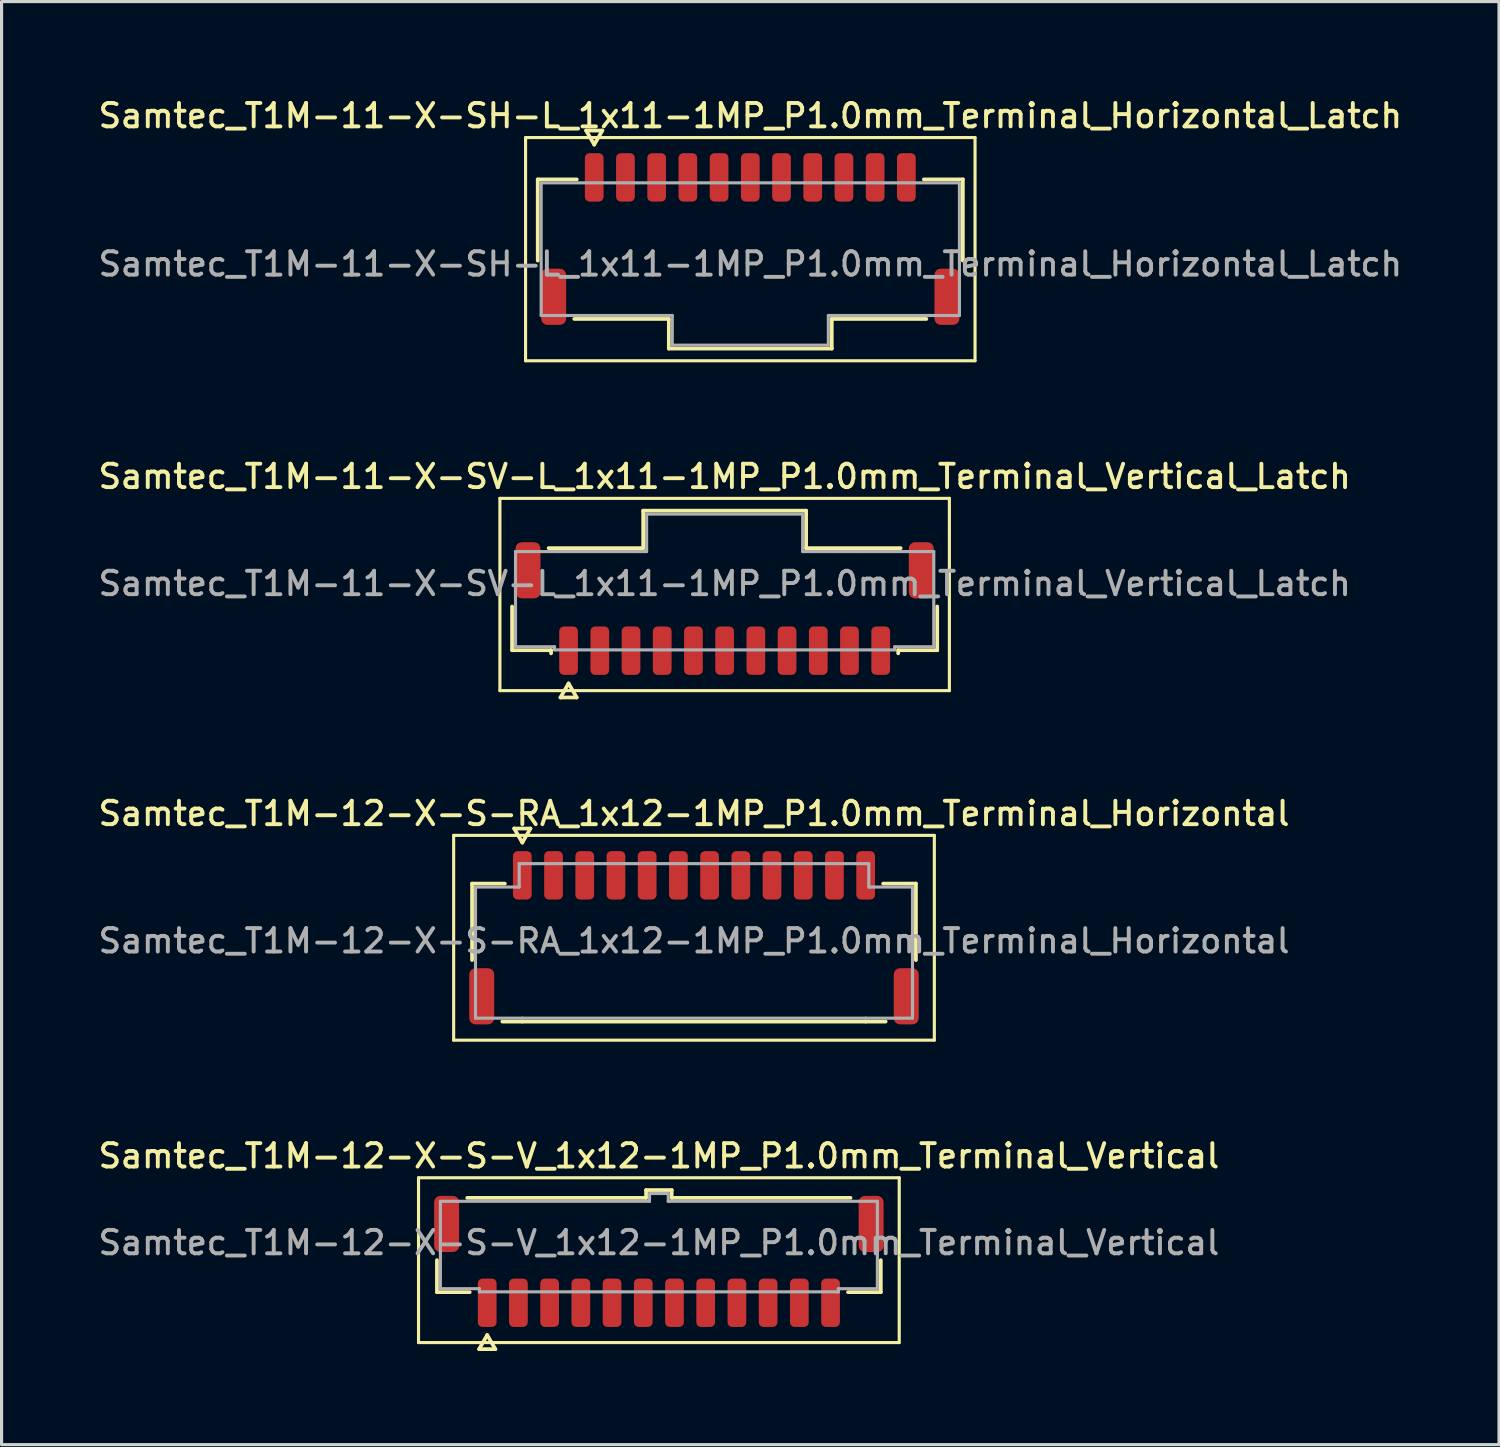
<source format=kicad_pcb>
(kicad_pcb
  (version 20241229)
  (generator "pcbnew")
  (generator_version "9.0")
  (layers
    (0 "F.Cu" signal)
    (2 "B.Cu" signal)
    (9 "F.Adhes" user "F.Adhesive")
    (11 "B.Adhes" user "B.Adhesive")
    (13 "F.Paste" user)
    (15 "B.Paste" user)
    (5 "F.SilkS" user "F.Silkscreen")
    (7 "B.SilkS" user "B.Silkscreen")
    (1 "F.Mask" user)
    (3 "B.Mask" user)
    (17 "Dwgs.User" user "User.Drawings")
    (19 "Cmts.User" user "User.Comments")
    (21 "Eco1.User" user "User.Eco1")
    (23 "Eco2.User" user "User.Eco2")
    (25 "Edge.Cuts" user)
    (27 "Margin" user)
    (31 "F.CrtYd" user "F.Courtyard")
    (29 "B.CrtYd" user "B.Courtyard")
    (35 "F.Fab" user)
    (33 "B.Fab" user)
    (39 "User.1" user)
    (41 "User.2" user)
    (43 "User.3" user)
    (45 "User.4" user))
  (footprint "Samtec_T1M-11-X-SV-L_1x11-1MP_P1.0mm_Terminal_Vertical_Latch"
    (layer "F.Cu")
    (at 20.166 15.646)
    (property "Reference" "Samtec_T1M-11-X-SV-L_1x11-1MP_P1.0mm_Terminal_Vertical_Latch" (at 0 -3.43 0) (layer "F.SilkS") (effects (font (size 0.75 0.75) (thickness 0.125))))
    (attr smd)
    (fp_line (start -7.2 -2.73) (end -7.2 3.43) (stroke (width 0.1) (type solid)) (layer "F.SilkS"))
    (fp_line (start -7.2 3.43) (end 7.2 3.43) (stroke (width 0.1) (type solid)) (layer "F.SilkS"))
    (fp_line (start -6.81 2.135) (end -6.81 0.735) (stroke (width 0.12) (type solid)) (layer "F.SilkS"))
    (fp_line (start -5.64 -1.135) (end -2.61 -1.135) (stroke (width 0.12) (type solid)) (layer "F.SilkS"))
    (fp_line (start -5.56 2.135) (end -6.81 2.135) (stroke (width 0.12) (type solid)) (layer "F.SilkS"))
    (fp_line (start -5.56 2.235) (end -5.56 2.135) (stroke (width 0.12) (type solid)) (layer "F.SilkS"))
    (fp_line (start -5.26 3.65) (end -5 3.2) (stroke (width 0.12) (type solid)) (layer "F.SilkS"))
    (fp_line (start -5 3.2) (end -4.74 3.65) (stroke (width 0.12) (type solid)) (layer "F.SilkS"))
    (fp_line (start -4.74 3.65) (end -5.26 3.65) (stroke (width 0.12) (type solid)) (layer "F.SilkS"))
    (fp_line (start -2.61 -2.335) (end 2.61 -2.335) (stroke (width 0.12) (type solid)) (layer "F.SilkS"))
    (fp_line (start -2.61 -1.135) (end -2.61 -2.335) (stroke (width 0.12) (type solid)) (layer "F.SilkS"))
    (fp_line (start 2.61 -2.335) (end 2.61 -1.135) (stroke (width 0.12) (type solid)) (layer "F.SilkS"))
    (fp_line (start 2.61 -1.135) (end 5.64 -1.135) (stroke (width 0.12) (type solid)) (layer "F.SilkS"))
    (fp_line (start 5.56 2.135) (end 5.56 2.235) (stroke (width 0.12) (type solid)) (layer "F.SilkS"))
    (fp_line (start 6.81 0.735) (end 6.81 2.135) (stroke (width 0.12) (type solid)) (layer "F.SilkS"))
    (fp_line (start 6.81 2.135) (end 5.56 2.135) (stroke (width 0.12) (type solid)) (layer "F.SilkS"))
    (fp_line (start 7.2 -2.73) (end -7.2 -2.73) (stroke (width 0.1) (type solid)) (layer "F.SilkS"))
    (fp_line (start 7.2 3.43) (end 7.2 -2.73) (stroke (width 0.1) (type solid)) (layer "F.SilkS"))
    (fp_line (start -6.7 -1.025) (end -2.5 -1.025) (stroke (width 0.1) (type solid)) (layer "F.Fab"))
    (fp_line (start -6.7 2.025) (end -6.7 -1.025) (stroke (width 0.1) (type solid)) (layer "F.Fab"))
    (fp_line (start -5.45 2.025) (end -6.7 2.025) (stroke (width 0.1) (type solid)) (layer "F.Fab"))
    (fp_line (start -5.45 2.125) (end -5.45 2.025) (stroke (width 0.1) (type solid)) (layer "F.Fab"))
    (fp_line (start -2.5 -2.225) (end 2.5 -2.225) (stroke (width 0.1) (type solid)) (layer "F.Fab"))
    (fp_line (start -2.5 -1.025) (end -2.5 -2.225) (stroke (width 0.1) (type solid)) (layer "F.Fab"))
    (fp_line (start 2.5 -2.225) (end 2.5 -1.025) (stroke (width 0.1) (type solid)) (layer "F.Fab"))
    (fp_line (start 2.5 -1.025) (end 6.7 -1.025) (stroke (width 0.1) (type solid)) (layer "F.Fab"))
    (fp_line (start 5.45 2.025) (end 5.45 2.125) (stroke (width 0.1) (type solid)) (layer "F.Fab"))
    (fp_line (start 5.45 2.125) (end -5.45 2.125) (stroke (width 0.1) (type solid)) (layer "F.Fab"))
    (fp_line (start 6.7 -1.025) (end 6.7 2.025) (stroke (width 0.1) (type solid)) (layer "F.Fab"))
    (fp_line (start 6.7 2.025) (end 5.45 2.025) (stroke (width 0.1) (type solid)) (layer "F.Fab"))
    (fp_text user "${REFERENCE}" (at 0 0 0) (layer "F.Fab") (effects (font (size 0.75 0.75) (thickness 0.125))))
    (pad "1" smd roundrect (at -5 2.15) (size 0.6 1.55) (layers "F.Cu" "F.Mask" "F.Paste") (roundrect_rratio 0.25))
    (pad "2" smd roundrect (at -4 2.15) (size 0.6 1.55) (layers "F.Cu" "F.Mask" "F.Paste") (roundrect_rratio 0.25))
    (pad "3" smd roundrect (at -3 2.15) (size 0.6 1.55) (layers "F.Cu" "F.Mask" "F.Paste") (roundrect_rratio 0.25))
    (pad "4" smd roundrect (at -2 2.15) (size 0.6 1.55) (layers "F.Cu" "F.Mask" "F.Paste") (roundrect_rratio 0.25))
    (pad "5" smd roundrect (at -1 2.15) (size 0.6 1.55) (layers "F.Cu" "F.Mask" "F.Paste") (roundrect_rratio 0.25))
    (pad "6" smd roundrect (at 0 2.15) (size 0.6 1.55) (layers "F.Cu" "F.Mask" "F.Paste") (roundrect_rratio 0.25))
    (pad "7" smd roundrect (at 1 2.15) (size 0.6 1.55) (layers "F.Cu" "F.Mask" "F.Paste") (roundrect_rratio 0.25))
    (pad "8" smd roundrect (at 2 2.15) (size 0.6 1.55) (layers "F.Cu" "F.Mask" "F.Paste") (roundrect_rratio 0.25))
    (pad "9" smd roundrect (at 3 2.15) (size 0.6 1.55) (layers "F.Cu" "F.Mask" "F.Paste") (roundrect_rratio 0.25))
    (pad "10" smd roundrect (at 4 2.15) (size 0.6 1.55) (layers "F.Cu" "F.Mask" "F.Paste") (roundrect_rratio 0.25))
    (pad "11" smd roundrect (at 5 2.15) (size 0.6 1.55) (layers "F.Cu" "F.Mask" "F.Paste") (roundrect_rratio 0.25))
    (pad "MP" smd roundrect (at -6.3 -0.425) (size 0.8 1.8) (layers "F.Cu" "F.Mask" "F.Paste") (roundrect_rratio 0.25))
    (pad "MP" smd roundrect (at 6.3 -0.425) (size 0.8 1.8) (layers "F.Cu" "F.Mask" "F.Paste") (roundrect_rratio 0.25)))
  (footprint "Samtec_T1M-12-X-S-V_1x12-1MP_P1.0mm_Terminal_Vertical"
    (layer "F.Cu")
    (at 18.059 36.763)
    (property "Reference" "Samtec_T1M-12-X-S-V_1x12-1MP_P1.0mm_Terminal_Vertical" (at 0 -2.78 0) (layer "F.SilkS") (effects (font (size 0.75 0.75) (thickness 0.125))))
    (attr smd)
    (fp_line (start -7.7 -2.08) (end -7.7 3.2) (stroke (width 0.1) (type solid)) (layer "F.SilkS"))
    (fp_line (start -7.7 3.2) (end 7.7 3.2) (stroke (width 0.1) (type solid)) (layer "F.SilkS"))
    (fp_line (start -7.11 1.585) (end -7.11 0.56) (stroke (width 0.12) (type solid)) (layer "F.SilkS"))
    (fp_line (start -6.14 -1.435) (end -0.41 -1.435) (stroke (width 0.12) (type solid)) (layer "F.SilkS"))
    (fp_line (start -6.06 1.585) (end -7.11 1.585) (stroke (width 0.12) (type solid)) (layer "F.SilkS"))
    (fp_line (start -5.76 3.41) (end -5.5 2.96) (stroke (width 0.12) (type solid)) (layer "F.SilkS"))
    (fp_line (start -5.5 2.96) (end -5.24 3.41) (stroke (width 0.12) (type solid)) (layer "F.SilkS"))
    (fp_line (start -5.24 3.41) (end -5.76 3.41) (stroke (width 0.12) (type solid)) (layer "F.SilkS"))
    (fp_line (start -0.41 -1.685) (end 0.41 -1.685) (stroke (width 0.12) (type solid)) (layer "F.SilkS"))
    (fp_line (start -0.41 -1.435) (end -0.41 -1.685) (stroke (width 0.12) (type solid)) (layer "F.SilkS"))
    (fp_line (start 0.41 -1.685) (end 0.41 -1.435) (stroke (width 0.12) (type solid)) (layer "F.SilkS"))
    (fp_line (start 0.41 -1.435) (end 6.14 -1.435) (stroke (width 0.12) (type solid)) (layer "F.SilkS"))
    (fp_line (start 7.11 0.56) (end 7.11 1.585) (stroke (width 0.12) (type solid)) (layer "F.SilkS"))
    (fp_line (start 7.11 1.585) (end 6.06 1.585) (stroke (width 0.12) (type solid)) (layer "F.SilkS"))
    (fp_line (start 7.7 -2.08) (end -7.7 -2.08) (stroke (width 0.1) (type solid)) (layer "F.SilkS"))
    (fp_line (start 7.7 3.2) (end 7.7 -2.08) (stroke (width 0.1) (type solid)) (layer "F.SilkS"))
    (fp_line (start -7 -1.325) (end -0.3 -1.325) (stroke (width 0.1) (type solid)) (layer "F.Fab"))
    (fp_line (start -7 1.475) (end -7 -1.325) (stroke (width 0.1) (type solid)) (layer "F.Fab"))
    (fp_line (start -5.75 1.475) (end -7 1.475) (stroke (width 0.1) (type solid)) (layer "F.Fab"))
    (fp_line (start -5.75 1.575) (end -5.75 1.475) (stroke (width 0.1) (type solid)) (layer "F.Fab"))
    (fp_line (start -0.3 -1.575) (end 0.3 -1.575) (stroke (width 0.1) (type solid)) (layer "F.Fab"))
    (fp_line (start -0.3 -1.325) (end -0.3 -1.575) (stroke (width 0.1) (type solid)) (layer "F.Fab"))
    (fp_line (start 0.3 -1.575) (end 0.3 -1.325) (stroke (width 0.1) (type solid)) (layer "F.Fab"))
    (fp_line (start 0.3 -1.325) (end 7 -1.325) (stroke (width 0.1) (type solid)) (layer "F.Fab"))
    (fp_line (start 5.75 1.475) (end 5.75 1.575) (stroke (width 0.1) (type solid)) (layer "F.Fab"))
    (fp_line (start 5.75 1.575) (end -5.75 1.575) (stroke (width 0.1) (type solid)) (layer "F.Fab"))
    (fp_line (start 7 -1.325) (end 7 1.475) (stroke (width 0.1) (type solid)) (layer "F.Fab"))
    (fp_line (start 7 1.475) (end 5.75 1.475) (stroke (width 0.1) (type solid)) (layer "F.Fab"))
    (fp_text user "${REFERENCE}" (at 0 0 0) (layer "F.Fab") (effects (font (size 0.75 0.75) (thickness 0.125))))
    (pad "1" smd roundrect (at -5.5 1.925) (size 0.6 1.55) (layers "F.Cu" "F.Mask" "F.Paste") (roundrect_rratio 0.25))
    (pad "2" smd roundrect (at -4.5 1.925) (size 0.6 1.55) (layers "F.Cu" "F.Mask" "F.Paste") (roundrect_rratio 0.25))
    (pad "3" smd roundrect (at -3.5 1.925) (size 0.6 1.55) (layers "F.Cu" "F.Mask" "F.Paste") (roundrect_rratio 0.25))
    (pad "4" smd roundrect (at -2.5 1.925) (size 0.6 1.55) (layers "F.Cu" "F.Mask" "F.Paste") (roundrect_rratio 0.25))
    (pad "5" smd roundrect (at -1.5 1.925) (size 0.6 1.55) (layers "F.Cu" "F.Mask" "F.Paste") (roundrect_rratio 0.25))
    (pad "6" smd roundrect (at -0.5 1.925) (size 0.6 1.55) (layers "F.Cu" "F.Mask" "F.Paste") (roundrect_rratio 0.25))
    (pad "7" smd roundrect (at 0.5 1.925) (size 0.6 1.55) (layers "F.Cu" "F.Mask" "F.Paste") (roundrect_rratio 0.25))
    (pad "8" smd roundrect (at 1.5 1.925) (size 0.6 1.55) (layers "F.Cu" "F.Mask" "F.Paste") (roundrect_rratio 0.25))
    (pad "9" smd roundrect (at 2.5 1.925) (size 0.6 1.55) (layers "F.Cu" "F.Mask" "F.Paste") (roundrect_rratio 0.25))
    (pad "10" smd roundrect (at 3.5 1.925) (size 0.6 1.55) (layers "F.Cu" "F.Mask" "F.Paste") (roundrect_rratio 0.25))
    (pad "11" smd roundrect (at 4.5 1.925) (size 0.6 1.55) (layers "F.Cu" "F.Mask" "F.Paste") (roundrect_rratio 0.25))
    (pad "12" smd roundrect (at 5.5 1.925) (size 0.6 1.55) (layers "F.Cu" "F.Mask" "F.Paste") (roundrect_rratio 0.25))
    (pad "MP" smd roundrect (at -6.8 -0.6) (size 0.8 1.8) (layers "F.Cu" "F.Mask" "F.Paste") (roundrect_rratio 0.25))
    (pad "MP" smd roundrect (at 6.8 -0.6) (size 0.8 1.8) (layers "F.Cu" "F.Mask" "F.Paste") (roundrect_rratio 0.25)))
  (footprint "Samtec_T1M-11-X-SH-L_1x11-1MP_P1.0mm_Terminal_Horizontal_Latch"
    (layer "F.Cu")
    (at 20.988 5.408)
    (property "Reference" "Samtec_T1M-11-X-SH-L_1x11-1MP_P1.0mm_Terminal_Horizontal_Latch" (at 0 -4.75 0) (layer "F.SilkS") (effects (font (size 0.75 0.75) (thickness 0.125))))
    (attr smd)
    (fp_line (start -7.2 -4.05) (end -7.2 3.1) (stroke (width 0.1) (type solid)) (layer "F.SilkS"))
    (fp_line (start -7.2 3.1) (end 7.2 3.1) (stroke (width 0.1) (type solid)) (layer "F.SilkS"))
    (fp_line (start -6.81 -2.71) (end -5.56 -2.71) (stroke (width 0.12) (type solid)) (layer "F.SilkS"))
    (fp_line (start -6.81 -0.11) (end -6.81 -2.71) (stroke (width 0.12) (type solid)) (layer "F.SilkS"))
    (fp_line (start -5.26 -4.275) (end -5 -3.825) (stroke (width 0.12) (type solid)) (layer "F.SilkS"))
    (fp_line (start -5 -3.825) (end -4.74 -4.275) (stroke (width 0.12) (type solid)) (layer "F.SilkS"))
    (fp_line (start -4.74 -4.275) (end -5.26 -4.275) (stroke (width 0.12) (type solid)) (layer "F.SilkS"))
    (fp_line (start -2.61 1.76) (end -5.64 1.76) (stroke (width 0.12) (type solid)) (layer "F.SilkS"))
    (fp_line (start -2.61 2.71) (end -2.61 1.76) (stroke (width 0.12) (type solid)) (layer "F.SilkS"))
    (fp_line (start 2.61 1.76) (end 2.61 2.71) (stroke (width 0.12) (type solid)) (layer "F.SilkS"))
    (fp_line (start 2.61 2.71) (end -2.61 2.71) (stroke (width 0.12) (type solid)) (layer "F.SilkS"))
    (fp_line (start 5.56 -2.71) (end 6.81 -2.71) (stroke (width 0.12) (type solid)) (layer "F.SilkS"))
    (fp_line (start 5.64 1.76) (end 2.61 1.76) (stroke (width 0.12) (type solid)) (layer "F.SilkS"))
    (fp_line (start 6.81 -2.71) (end 6.81 -0.11) (stroke (width 0.12) (type solid)) (layer "F.SilkS"))
    (fp_line (start 7.2 -4.05) (end -7.2 -4.05) (stroke (width 0.1) (type solid)) (layer "F.SilkS"))
    (fp_line (start 7.2 3.1) (end 7.2 -4.05) (stroke (width 0.1) (type solid)) (layer "F.SilkS"))
    (fp_line (start -6.7 -2.6) (end 6.7 -2.6) (stroke (width 0.1) (type solid)) (layer "F.Fab"))
    (fp_line (start -6.7 1.65) (end -6.7 -2.6) (stroke (width 0.1) (type solid)) (layer "F.Fab"))
    (fp_line (start -2.5 1.65) (end -6.7 1.65) (stroke (width 0.1) (type solid)) (layer "F.Fab"))
    (fp_line (start -2.5 2.6) (end -2.5 1.65) (stroke (width 0.1) (type solid)) (layer "F.Fab"))
    (fp_line (start 2.5 1.65) (end 2.5 2.6) (stroke (width 0.1) (type solid)) (layer "F.Fab"))
    (fp_line (start 2.5 2.6) (end -2.5 2.6) (stroke (width 0.1) (type solid)) (layer "F.Fab"))
    (fp_line (start 6.7 -2.6) (end 6.7 1.65) (stroke (width 0.1) (type solid)) (layer "F.Fab"))
    (fp_line (start 6.7 1.65) (end 2.5 1.65) (stroke (width 0.1) (type solid)) (layer "F.Fab"))
    (fp_text user "${REFERENCE}" (at 0 0 0) (layer "F.Fab") (effects (font (size 0.75 0.75) (thickness 0.125))))
    (pad "1" smd roundrect (at -5 -2.775) (size 0.6 1.55) (layers "F.Cu" "F.Mask" "F.Paste") (roundrect_rratio 0.25))
    (pad "2" smd roundrect (at -4 -2.775) (size 0.6 1.55) (layers "F.Cu" "F.Mask" "F.Paste") (roundrect_rratio 0.25))
    (pad "3" smd roundrect (at -3 -2.775) (size 0.6 1.55) (layers "F.Cu" "F.Mask" "F.Paste") (roundrect_rratio 0.25))
    (pad "4" smd roundrect (at -2 -2.775) (size 0.6 1.55) (layers "F.Cu" "F.Mask" "F.Paste") (roundrect_rratio 0.25))
    (pad "5" smd roundrect (at -1 -2.775) (size 0.6 1.55) (layers "F.Cu" "F.Mask" "F.Paste") (roundrect_rratio 0.25))
    (pad "6" smd roundrect (at 0 -2.775) (size 0.6 1.55) (layers "F.Cu" "F.Mask" "F.Paste") (roundrect_rratio 0.25))
    (pad "7" smd roundrect (at 1 -2.775) (size 0.6 1.55) (layers "F.Cu" "F.Mask" "F.Paste") (roundrect_rratio 0.25))
    (pad "8" smd roundrect (at 2 -2.775) (size 0.6 1.55) (layers "F.Cu" "F.Mask" "F.Paste") (roundrect_rratio 0.25))
    (pad "9" smd roundrect (at 3 -2.775) (size 0.6 1.55) (layers "F.Cu" "F.Mask" "F.Paste") (roundrect_rratio 0.25))
    (pad "10" smd roundrect (at 4 -2.775) (size 0.6 1.55) (layers "F.Cu" "F.Mask" "F.Paste") (roundrect_rratio 0.25))
    (pad "11" smd roundrect (at 5 -2.775) (size 0.6 1.55) (layers "F.Cu" "F.Mask" "F.Paste") (roundrect_rratio 0.25))
    (pad "MP" smd roundrect (at -6.3 1.05) (size 0.8 1.8) (layers "F.Cu" "F.Mask" "F.Paste") (roundrect_rratio 0.25))
    (pad "MP" smd roundrect (at 6.3 1.05) (size 0.8 1.8) (layers "F.Cu" "F.Mask" "F.Paste") (roundrect_rratio 0.25)))
  (footprint "Samtec_T1M-12-X-S-RA_1x12-1MP_P1.0mm_Terminal_Horizontal"
    (layer "F.Cu")
    (at 19.184 27.094)
    (property "Reference" "Samtec_T1M-12-X-S-RA_1x12-1MP_P1.0mm_Terminal_Horizontal" (at 0 -4.08 0) (layer "F.SilkS") (effects (font (size 0.75 0.75) (thickness 0.125))))
    (attr smd)
    (fp_line (start -7.7 -3.38) (end -7.7 3.18) (stroke (width 0.1) (type solid)) (layer "F.SilkS"))
    (fp_line (start -7.7 3.18) (end 7.7 3.18) (stroke (width 0.1) (type solid)) (layer "F.SilkS"))
    (fp_line (start -7.11 -1.835) (end -6.06 -1.835) (stroke (width 0.12) (type solid)) (layer "F.SilkS"))
    (fp_line (start -7.11 0.615) (end -7.11 -1.835) (stroke (width 0.12) (type solid)) (layer "F.SilkS"))
    (fp_line (start -5.76 -3.6) (end -5.5 -3.15) (stroke (width 0.12) (type solid)) (layer "F.SilkS"))
    (fp_line (start -5.5 -3.15) (end -5.24 -3.6) (stroke (width 0.12) (type solid)) (layer "F.SilkS"))
    (fp_line (start -5.5 2.585) (end -6.14 2.585) (stroke (width 0.12) (type solid)) (layer "F.SilkS"))
    (fp_line (start -5.24 -3.6) (end -5.76 -3.6) (stroke (width 0.12) (type solid)) (layer "F.SilkS"))
    (fp_line (start 5.5 2.585) (end -5.5 2.585) (stroke (width 0.12) (type solid)) (layer "F.SilkS"))
    (fp_line (start 6.06 -1.835) (end 7.11 -1.835) (stroke (width 0.12) (type solid)) (layer "F.SilkS"))
    (fp_line (start 6.14 2.585) (end 5.5 2.585) (stroke (width 0.12) (type solid)) (layer "F.SilkS"))
    (fp_line (start 7.11 -1.835) (end 7.11 0.615) (stroke (width 0.12) (type solid)) (layer "F.SilkS"))
    (fp_line (start 7.7 -3.38) (end -7.7 -3.38) (stroke (width 0.1) (type solid)) (layer "F.SilkS"))
    (fp_line (start 7.7 3.18) (end 7.7 -3.38) (stroke (width 0.1) (type solid)) (layer "F.SilkS"))
    (fp_line (start -7 -1.725) (end -5.6 -1.725) (stroke (width 0.1) (type solid)) (layer "F.Fab"))
    (fp_line (start -7 2.475) (end -7 -1.725) (stroke (width 0.1) (type solid)) (layer "F.Fab"))
    (fp_line (start -5.6 -2.475) (end -5.5 -2.475) (stroke (width 0.1) (type solid)) (layer "F.Fab"))
    (fp_line (start -5.6 -1.725) (end -5.6 -2.475) (stroke (width 0.1) (type solid)) (layer "F.Fab"))
    (fp_line (start -5.5 -2.475) (end 5.5 -2.475) (stroke (width 0.1) (type solid)) (layer "F.Fab"))
    (fp_line (start -5.5 2.475) (end -7 2.475) (stroke (width 0.1) (type solid)) (layer "F.Fab"))
    (fp_line (start 5.5 -2.475) (end 5.6 -2.475) (stroke (width 0.1) (type solid)) (layer "F.Fab"))
    (fp_line (start 5.5 2.475) (end -5.5 2.475) (stroke (width 0.1) (type solid)) (layer "F.Fab"))
    (fp_line (start 5.6 -2.475) (end 5.6 -1.725) (stroke (width 0.1) (type solid)) (layer "F.Fab"))
    (fp_line (start 5.6 -1.725) (end 7 -1.725) (stroke (width 0.1) (type solid)) (layer "F.Fab"))
    (fp_line (start 7 -1.725) (end 7 2.475) (stroke (width 0.1) (type solid)) (layer "F.Fab"))
    (fp_line (start 7 2.475) (end 5.5 2.475) (stroke (width 0.1) (type solid)) (layer "F.Fab"))
    (fp_text user "${REFERENCE}" (at 0 0 0) (layer "F.Fab") (effects (font (size 0.75 0.75) (thickness 0.125))))
    (pad "1" smd roundrect (at -5.5 -2.1) (size 0.6 1.55) (layers "F.Cu" "F.Mask" "F.Paste") (roundrect_rratio 0.25))
    (pad "2" smd roundrect (at -4.5 -2.1) (size 0.6 1.55) (layers "F.Cu" "F.Mask" "F.Paste") (roundrect_rratio 0.25))
    (pad "3" smd roundrect (at -3.5 -2.1) (size 0.6 1.55) (layers "F.Cu" "F.Mask" "F.Paste") (roundrect_rratio 0.25))
    (pad "4" smd roundrect (at -2.5 -2.1) (size 0.6 1.55) (layers "F.Cu" "F.Mask" "F.Paste") (roundrect_rratio 0.25))
    (pad "5" smd roundrect (at -1.5 -2.1) (size 0.6 1.55) (layers "F.Cu" "F.Mask" "F.Paste") (roundrect_rratio 0.25))
    (pad "6" smd roundrect (at -0.5 -2.1) (size 0.6 1.55) (layers "F.Cu" "F.Mask" "F.Paste") (roundrect_rratio 0.25))
    (pad "7" smd roundrect (at 0.5 -2.1) (size 0.6 1.55) (layers "F.Cu" "F.Mask" "F.Paste") (roundrect_rratio 0.25))
    (pad "8" smd roundrect (at 1.5 -2.1) (size 0.6 1.55) (layers "F.Cu" "F.Mask" "F.Paste") (roundrect_rratio 0.25))
    (pad "9" smd roundrect (at 2.5 -2.1) (size 0.6 1.55) (layers "F.Cu" "F.Mask" "F.Paste") (roundrect_rratio 0.25))
    (pad "10" smd roundrect (at 3.5 -2.1) (size 0.6 1.55) (layers "F.Cu" "F.Mask" "F.Paste") (roundrect_rratio 0.25))
    (pad "11" smd roundrect (at 4.5 -2.1) (size 0.6 1.55) (layers "F.Cu" "F.Mask" "F.Paste") (roundrect_rratio 0.25))
    (pad "12" smd roundrect (at 5.5 -2.1) (size 0.6 1.55) (layers "F.Cu" "F.Mask" "F.Paste") (roundrect_rratio 0.25))
    (pad "MP" smd roundrect (at -6.8 1.775) (size 0.8 1.8) (layers "F.Cu" "F.Mask" "F.Paste") (roundrect_rratio 0.25))
    (pad "MP" smd roundrect (at 6.8 1.775) (size 0.8 1.8) (layers "F.Cu" "F.Mask" "F.Paste") (roundrect_rratio 0.25)))
  (gr_rect
    (start -3 -3)
    (end 44.975 43.233)
    (stroke (width 0.1) (type default))
    (fill no)
    (layer "Edge.Cuts")))
</source>
